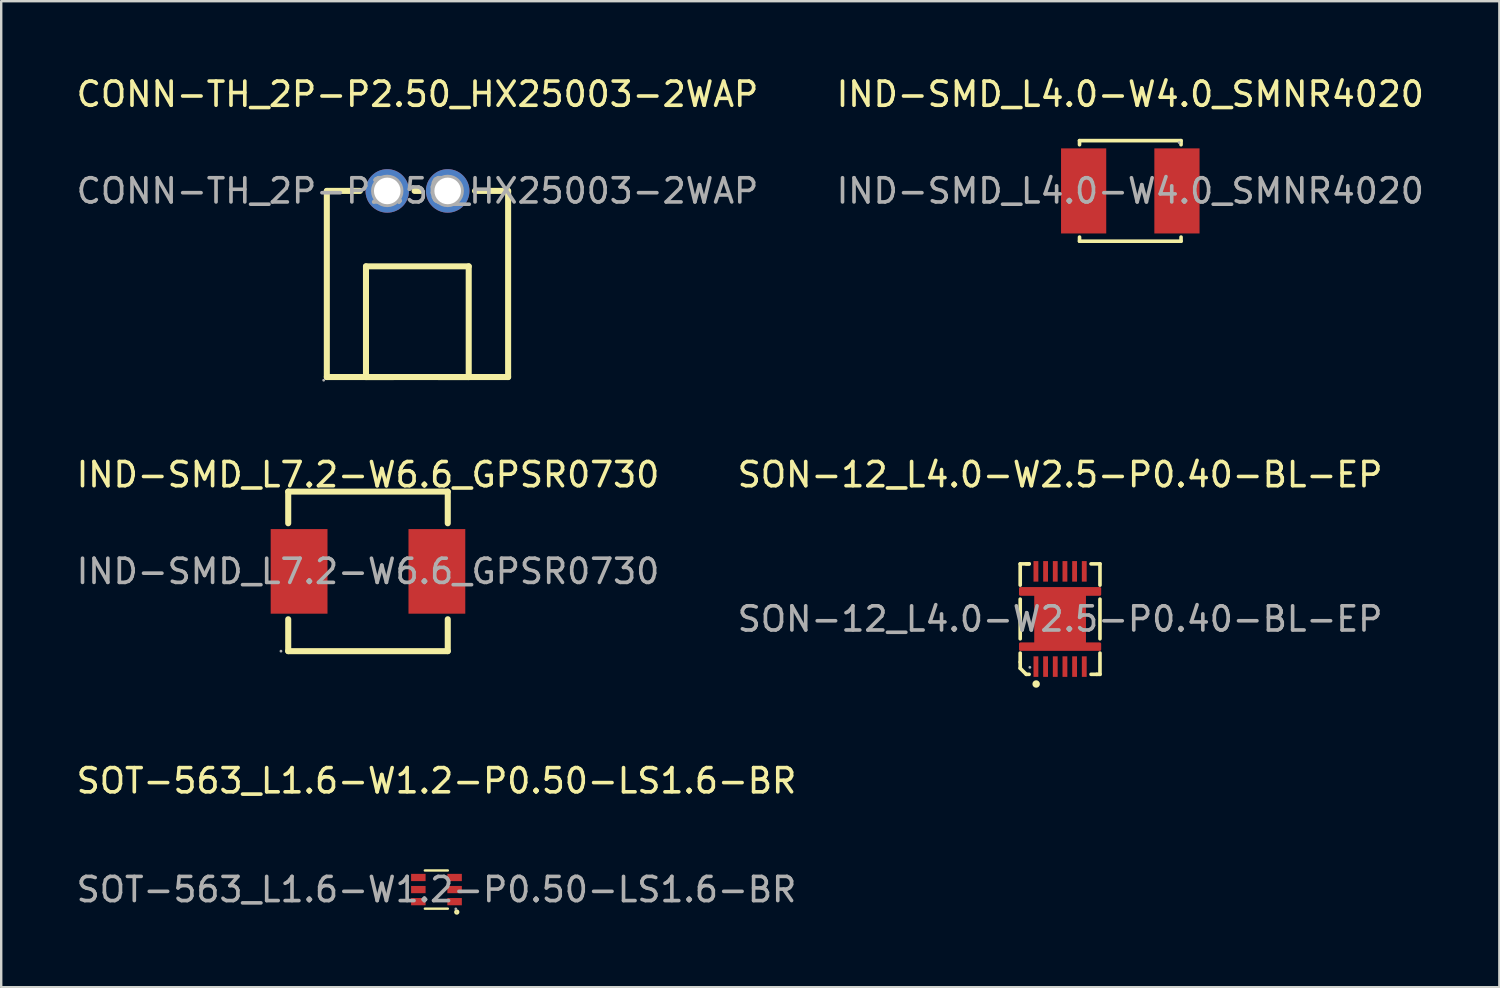
<source format=kicad_pcb>
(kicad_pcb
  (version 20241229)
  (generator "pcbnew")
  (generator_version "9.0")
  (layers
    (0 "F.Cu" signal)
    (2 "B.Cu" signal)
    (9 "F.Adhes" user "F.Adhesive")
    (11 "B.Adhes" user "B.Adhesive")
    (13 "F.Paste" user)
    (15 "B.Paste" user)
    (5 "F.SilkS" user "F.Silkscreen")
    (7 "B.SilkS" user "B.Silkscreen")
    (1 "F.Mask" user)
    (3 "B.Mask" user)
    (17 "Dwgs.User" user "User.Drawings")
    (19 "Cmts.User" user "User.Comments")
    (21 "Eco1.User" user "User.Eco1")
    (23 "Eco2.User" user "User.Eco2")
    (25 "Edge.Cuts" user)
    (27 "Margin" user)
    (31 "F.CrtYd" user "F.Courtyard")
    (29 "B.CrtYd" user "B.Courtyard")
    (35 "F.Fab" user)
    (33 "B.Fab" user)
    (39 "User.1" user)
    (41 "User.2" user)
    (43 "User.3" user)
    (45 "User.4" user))
  (footprint "IND-SMD_L4.0-W4.0_SMNR4020"
    (layer "F.Cu")
    (at 43.708 4.848)
    (property "Reference" "IND-SMD_L4.0-W4.0_SMNR4020" (at 0 -4 0) (layer "F.SilkS") (effects (font (size 1 1) (thickness 0.15))))
    (attr smd)
    (fp_line (start -2.1 -2.08) (end 2.1 -2.08) (stroke (width 0.15) (type solid)) (layer "F.SilkS"))
    (fp_line (start -2.1 -1.91) (end -2.1 -2.08) (stroke (width 0.15) (type solid)) (layer "F.SilkS"))
    (fp_line (start -2.1 1.91) (end -2.1 2.08) (stroke (width 0.15) (type solid)) (layer "F.SilkS"))
    (fp_line (start -2.1 2.08) (end 2.1 2.08) (stroke (width 0.15) (type solid)) (layer "F.SilkS"))
    (fp_line (start 2.1 -2.08) (end 2.1 -1.91) (stroke (width 0.15) (type solid)) (layer "F.SilkS"))
    (fp_line (start 2.1 2.08) (end 2.1 1.91) (stroke (width 0.15) (type solid)) (layer "F.SilkS"))
    (fp_circle (center 2.02 -2) (end 2.05 -2) (stroke (width 0.06) (type solid)) (fill no) (layer "F.Fab"))
    (fp_text user "${REFERENCE}" (at 0 0 0) (layer "F.Fab") (effects (font (size 1 1) (thickness 0.15))))
    (pad "1" smd rect (at 1.93 0) (size 1.87 3.52) (layers "F.Cu" "F.Mask" "F.Paste"))
    (pad "2" smd rect (at -1.93 0) (size 1.87 3.52) (layers "F.Cu" "F.Mask" "F.Paste")))
  (footprint "CONN-TH_2P-P2.50_HX25003-2WAP"
    (layer "F.Cu")
    (at 14.22 4.848)
    (property "Reference" "CONN-TH_2P-P2.50_HX25003-2WAP" (at 0 -4 0) (layer "F.SilkS") (effects (font (size 1 1) (thickness 0.15))))
    (attr through_hole)
    (fp_line (start -3.75 0) (end -2.38 0) (stroke (width 0.25) (type solid)) (layer "F.SilkS"))
    (fp_line (start -3.75 7.7) (end -3.75 0) (stroke (width 0.25) (type solid)) (layer "F.SilkS"))
    (fp_line (start -3.75 7.7) (end 3.75 7.7) (stroke (width 0.25) (type solid)) (layer "F.SilkS"))
    (fp_line (start -2.13 3.12) (end 2.12 3.12) (stroke (width 0.25) (type solid)) (layer "F.SilkS"))
    (fp_line (start -2.13 7.7) (end -2.13 3.12) (stroke (width 0.25) (type solid)) (layer "F.SilkS"))
    (fp_line (start -1 7.7) (end -2.13 7.7) (stroke (width 0.25) (type solid)) (layer "F.SilkS"))
    (fp_line (start -0.12 0) (end 0.12 0) (stroke (width 0.25) (type solid)) (layer "F.SilkS"))
    (fp_line (start 2.12 3.12) (end 2.12 7.7) (stroke (width 0.25) (type solid)) (layer "F.SilkS"))
    (fp_line (start 2.12 7.7) (end 0.87 7.7) (stroke (width 0.25) (type solid)) (layer "F.SilkS"))
    (fp_line (start 3.75 0) (end 2.38 0) (stroke (width 0.25) (type solid)) (layer "F.SilkS"))
    (fp_line (start 3.75 7.7) (end 3.75 0) (stroke (width 0.25) (type solid)) (layer "F.SilkS"))
    (fp_circle (center -3.88 7.83) (end -3.85 7.83) (stroke (width 0.06) (type solid)) (fill no) (layer "F.Fab"))
    (fp_circle (center -1.25 0) (end -1.03 0) (stroke (width 0.45) (type solid)) (fill no) (layer "F.Fab"))
    (fp_circle (center 1.25 0) (end 1.47 0) (stroke (width 0.45) (type solid)) (fill no) (layer "F.Fab"))
    (fp_text user "${REFERENCE}" (at 0 0 0) (layer "F.Fab") (effects (font (size 1 1) (thickness 0.15))))
    (pad "1" thru_hole circle (at -1.25 0) (size 1.8 1.8) (drill 1.1) (layers "*.Cu" "*.Mask"))
    (pad "2" thru_hole circle (at 1.25 0) (size 1.8 1.8) (drill 1.1) (layers "*.Cu" "*.Mask")))
  (footprint "IND-SMD_L7.2-W6.6_GPSR0730"
    (layer "F.Cu")
    (at 12.173 20.587)
    (property "Reference" "IND-SMD_L7.2-W6.6_GPSR0730" (at 0 -4 0) (layer "F.SilkS") (effects (font (size 1 1) (thickness 0.15))))
    (attr smd)
    (fp_line (start -3.3 -3.3) (end -3.3 -1.99) (stroke (width 0.25) (type solid)) (layer "F.SilkS"))
    (fp_line (start -3.3 -3.3) (end 3.3 -3.3) (stroke (width 0.25) (type solid)) (layer "F.SilkS"))
    (fp_line (start -3.3 1.98) (end -3.3 3.3) (stroke (width 0.25) (type solid)) (layer "F.SilkS"))
    (fp_line (start -3.3 3.3) (end 3.3 3.3) (stroke (width 0.25) (type solid)) (layer "F.SilkS"))
    (fp_line (start 3.3 -3.3) (end 3.3 -1.99) (stroke (width 0.25) (type solid)) (layer "F.SilkS"))
    (fp_line (start 3.3 1.98) (end 3.3 3.3) (stroke (width 0.25) (type solid)) (layer "F.SilkS"))
    (fp_circle (center -3.6 3.3) (end -3.57 3.3) (stroke (width 0.06) (type solid)) (fill no) (layer "F.Fab"))
    (fp_text user "${REFERENCE}" (at 0 0 0) (layer "F.Fab") (effects (font (size 1 1) (thickness 0.15))))
    (pad "1" smd rect (at -2.85 0) (size 2.35 3.5) (layers "F.Cu" "F.Mask" "F.Paste"))
    (pad "2" smd rect (at 2.85 0) (size 2.35 3.5) (layers "F.Cu" "F.Mask" "F.Paste")))
  (footprint "SOT-563_L1.6-W1.2-P0.50-LS1.6-BR"
    (layer "F.Cu")
    (at 15.006 33.75)
    (property "Reference" "SOT-563_L1.6-W1.2-P0.50-LS1.6-BR" (at 0 -4.5 0) (layer "F.SilkS") (effects (font (size 1 1) (thickness 0.15))))
    (attr smd)
    (fp_line (start -0.48 -0.79) (end 0.47 -0.79) (stroke (width 0.1) (type solid)) (layer "F.SilkS"))
    (fp_line (start -0.48 0.79) (end 0.47 0.79) (stroke (width 0.1) (type solid)) (layer "F.SilkS"))
    (fp_circle (center 0.84 0.93) (end 0.9 0.93) (stroke (width 0.1) (type solid)) (fill no) (layer "F.SilkS"))
    (fp_circle (center 0.8 0.8) (end 0.83 0.8) (stroke (width 0.06) (type solid)) (fill no) (layer "F.Fab"))
    (fp_text user "${REFERENCE}" (at 0 0 0) (layer "F.Fab") (effects (font (size 1 1) (thickness 0.15))))
    (pad "1" smd rect (at 0.75 0.5 90) (size 0.3 0.6) (layers "F.Cu" "F.Mask" "F.Paste"))
    (pad "2" smd rect (at 0.75 0 90) (size 0.3 0.6) (layers "F.Cu" "F.Mask" "F.Paste"))
    (pad "3" smd rect (at 0.75 -0.5 90) (size 0.3 0.6) (layers "F.Cu" "F.Mask" "F.Paste"))
    (pad "4" smd rect (at -0.75 -0.5 90) (size 0.3 0.6) (layers "F.Cu" "F.Mask" "F.Paste"))
    (pad "5" smd rect (at -0.75 0 90) (size 0.3 0.6) (layers "F.Cu" "F.Mask" "F.Paste"))
    (pad "6" smd rect (at -0.75 0.5 90) (size 0.3 0.6) (layers "F.Cu" "F.Mask" "F.Paste")))
  (footprint "SON-12_L4.0-W2.5-P0.40-BL-EP"
    (layer "F.Cu")
    (at 40.804 22.556)
    (property "Reference" "SON-12_L4.0-W2.5-P0.40-BL-EP" (at 0 -5.97 0) (layer "F.SilkS") (effects (font (size 1 1) (thickness 0.15))))
    (attr smd)
    (fp_line (start -1.65 -2.28) (end -1.65 -1.4) (stroke (width 0.15) (type solid)) (layer "F.SilkS"))
    (fp_line (start -1.65 -0.82) (end -1.65 0.82) (stroke (width 0.15) (type solid)) (layer "F.SilkS"))
    (fp_line (start -1.65 1.41) (end -1.65 1.78) (stroke (width 0.15) (type solid)) (layer "F.SilkS"))
    (fp_line (start -1.65 1.78) (end -1.65 2.04) (stroke (width 0.15) (type solid)) (layer "F.SilkS"))
    (fp_line (start -1.65 2.04) (end -1.4 2.29) (stroke (width 0.15) (type solid)) (layer "F.SilkS"))
    (fp_line (start -1.4 2.29) (end -1.28 2.29) (stroke (width 0.15) (type solid)) (layer "F.SilkS"))
    (fp_line (start -1.28 -2.28) (end -1.65 -2.28) (stroke (width 0.15) (type solid)) (layer "F.SilkS"))
    (fp_line (start -1.28 -2.28) (end -1.4 -2.28) (stroke (width 0.15) (type solid)) (layer "F.SilkS"))
    (fp_line (start 1.28 2.29) (end 1.52 2.29) (stroke (width 0.15) (type solid)) (layer "F.SilkS"))
    (fp_line (start 1.52 2.29) (end 1.65 2.29) (stroke (width 0.15) (type solid)) (layer "F.SilkS"))
    (fp_line (start 1.65 -2.28) (end 1.28 -2.28) (stroke (width 0.15) (type solid)) (layer "F.SilkS"))
    (fp_line (start 1.65 -1.4) (end 1.65 -2.28) (stroke (width 0.15) (type solid)) (layer "F.SilkS"))
    (fp_line (start 1.65 0.82) (end 1.65 -0.82) (stroke (width 0.15) (type solid)) (layer "F.SilkS"))
    (fp_line (start 1.65 2.29) (end 1.65 1.41) (stroke (width 0.15) (type solid)) (layer "F.SilkS"))
    (fp_circle (center -0.99 2.69) (end -0.91 2.69) (stroke (width 0.15) (type solid)) (fill no) (layer "F.SilkS"))
    (fp_circle (center -1.25 2) (end -1.22 2) (stroke (width 0.06) (type solid)) (fill no) (layer "F.Fab"))
    (fp_text user "${REFERENCE}" (at 0 0 0) (layer "F.Fab") (effects (font (size 1 1) (thickness 0.15))))
    (pad "1" smd rect (at -1 1.97) (size 0.2 0.85) (layers "F.Cu" "F.Mask" "F.Paste"))
    (pad "2" smd rect (at -0.6 1.97) (size 0.2 0.85) (layers "F.Cu" "F.Mask" "F.Paste"))
    (pad "3" smd rect (at -0.2 1.97) (size 0.2 0.85) (layers "F.Cu" "F.Mask" "F.Paste"))
    (pad "4" smd rect (at 0.2 1.97) (size 0.2 0.85) (layers "F.Cu" "F.Mask" "F.Paste"))
    (pad "5" smd rect (at 0.6 1.97) (size 0.2 0.85) (layers "F.Cu" "F.Mask" "F.Paste"))
    (pad "6" smd rect (at 1 1.97) (size 0.2 0.85) (layers "F.Cu" "F.Mask" "F.Paste"))
    (pad "7" smd rect (at 1 -1.97) (size 0.2 0.85) (layers "F.Cu" "F.Mask" "F.Paste"))
    (pad "8" smd rect (at 0.6 -1.97) (size 0.2 0.85) (layers "F.Cu" "F.Mask" "F.Paste"))
    (pad "9" smd rect (at 0.2 -1.97) (size 0.2 0.85) (layers "F.Cu" "F.Mask" "F.Paste"))
    (pad "10" smd rect (at -0.2 -1.97) (size 0.2 0.85) (layers "F.Cu" "F.Mask" "F.Paste"))
    (pad "11" smd rect (at -0.6 -1.97) (size 0.2 0.85) (layers "F.Cu" "F.Mask" "F.Paste"))
    (pad "12" smd rect (at -1 -1.97) (size 0.2 0.85) (layers "F.Cu" "F.Mask" "F.Paste"))
    (pad "13" smd custom (at 0 0) (size 0.01 0.01) (layers "F.Cu" "F.Mask" "F.Paste") (options (anchor circle)) (primitives (gr_poly (pts (xy -1.65 -1.27) (xy 1.65 -1.27) (xy 1.65 -1.01) (xy 1.02 -1.01) (xy 1.02 1.02) (xy 1.65 1.02) (xy 1.65 1.27) (xy -1.65 1.27) (xy -1.65 1.02) (xy -1.02 1.02) (xy -1.02 -1.01) (xy -1.65 -1.01)) (width 0.1) (fill yes)))))
  (gr_rect
    (start -3 -3)
    (end 58.976 37.79)
    (stroke (width 0.1) (type default))
    (fill no)
    (layer "Edge.Cuts")))
</source>
